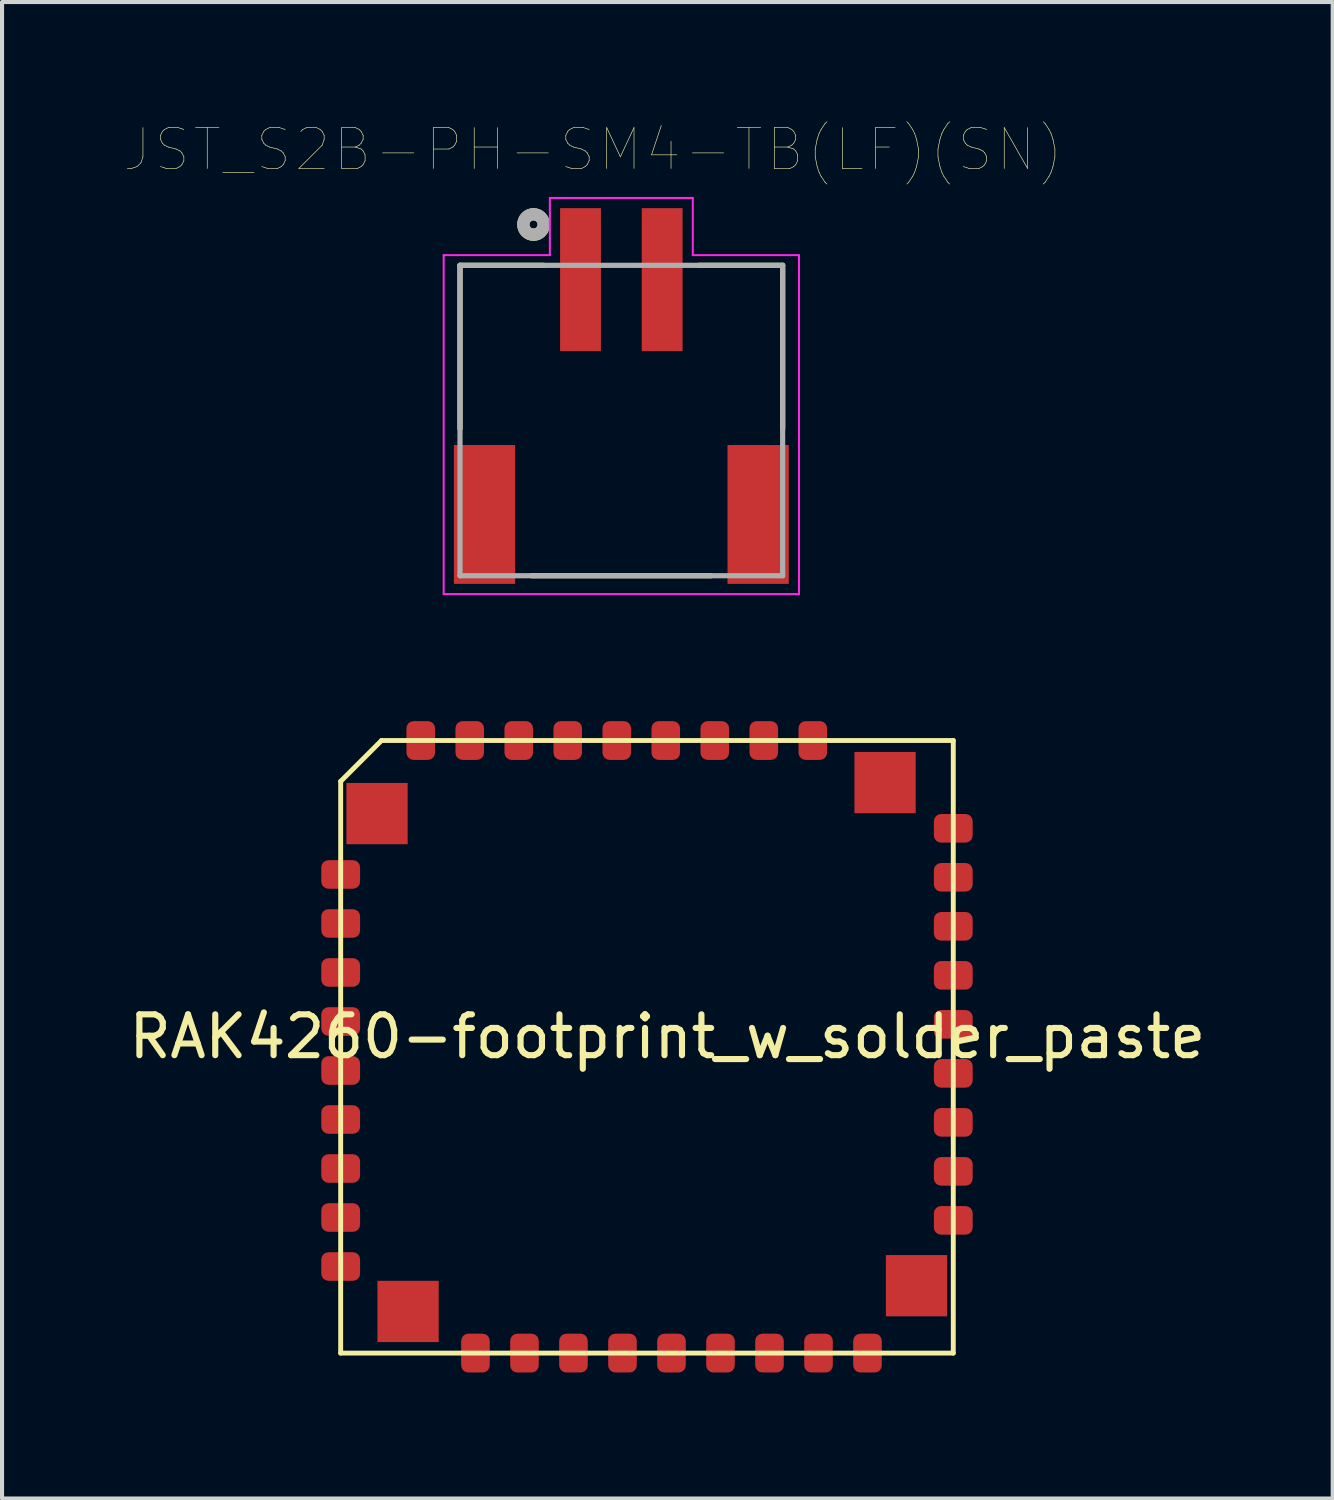
<source format=kicad_pcb>
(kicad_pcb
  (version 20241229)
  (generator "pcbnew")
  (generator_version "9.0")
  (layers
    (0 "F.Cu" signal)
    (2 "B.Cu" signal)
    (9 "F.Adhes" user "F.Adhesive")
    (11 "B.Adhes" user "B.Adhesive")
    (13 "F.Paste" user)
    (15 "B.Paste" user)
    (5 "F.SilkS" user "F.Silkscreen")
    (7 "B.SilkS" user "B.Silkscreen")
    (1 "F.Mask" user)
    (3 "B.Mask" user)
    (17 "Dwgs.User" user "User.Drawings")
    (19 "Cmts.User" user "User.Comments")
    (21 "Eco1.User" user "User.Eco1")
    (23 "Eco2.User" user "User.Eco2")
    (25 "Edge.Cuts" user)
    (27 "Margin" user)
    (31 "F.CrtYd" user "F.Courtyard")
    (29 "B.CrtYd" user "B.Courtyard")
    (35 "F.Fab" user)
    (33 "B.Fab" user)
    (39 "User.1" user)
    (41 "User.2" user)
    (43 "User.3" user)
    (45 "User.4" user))
  (footprint "JST_S2B-PH-SM4-TB(LF)(SN)"
    (layer "F.Cu")
    (at 12.164 3.797)
    (property "Reference" "JST_S2B-PH-SM4-TB(LF)(SN)" (at -0.692 -3.184 0) (layer "F.SilkS") (effects (font (size 1.002 1.002) (thickness 0.015))))
    (attr through_hole)
    (fp_line (start -3.95 -0.35) (end -3.95 3.65) (stroke (width 0.127) (type solid)) (layer "F.SilkS"))
    (fp_line (start -2.2 7.25) (end 2.2 7.25) (stroke (width 0.127) (type solid)) (layer "F.SilkS"))
    (fp_line (start -1.9 -0.35) (end -3.95 -0.35) (stroke (width 0.127) (type solid)) (layer "F.SilkS"))
    (fp_line (start 3.95 -0.35) (end 1.9 -0.35) (stroke (width 0.127) (type solid)) (layer "F.SilkS"))
    (fp_line (start 3.95 3.65) (end 3.95 -0.35) (stroke (width 0.127) (type solid)) (layer "F.SilkS"))
    (fp_circle (center -2.15 -1.35) (end -2.05 -1.35) (stroke (width 0.3) (type solid)) (fill no) (layer "F.SilkS"))
    (fp_line (start -4.35 -0.6) (end -1.75 -0.6) (stroke (width 0.05) (type solid)) (layer "F.CrtYd"))
    (fp_line (start -4.35 7.7) (end -4.35 -0.6) (stroke (width 0.05) (type solid)) (layer "F.CrtYd"))
    (fp_line (start -1.75 -2) (end 1.75 -2) (stroke (width 0.05) (type solid)) (layer "F.CrtYd"))
    (fp_line (start -1.75 -0.6) (end -1.75 -2) (stroke (width 0.05) (type solid)) (layer "F.CrtYd"))
    (fp_line (start 1.75 -2) (end 1.75 -0.6) (stroke (width 0.05) (type solid)) (layer "F.CrtYd"))
    (fp_line (start 1.75 -0.6) (end 4.35 -0.6) (stroke (width 0.05) (type solid)) (layer "F.CrtYd"))
    (fp_line (start 4.35 -0.6) (end 4.35 7.7) (stroke (width 0.05) (type solid)) (layer "F.CrtYd"))
    (fp_line (start 4.35 7.7) (end -4.35 7.7) (stroke (width 0.05) (type solid)) (layer "F.CrtYd"))
    (fp_line (start -3.95 -0.35) (end 3.95 -0.35) (stroke (width 0.127) (type solid)) (layer "F.Fab"))
    (fp_line (start -3.95 7.25) (end -3.95 -0.35) (stroke (width 0.127) (type solid)) (layer "F.Fab"))
    (fp_line (start 3.95 -0.35) (end 3.95 7.25) (stroke (width 0.127) (type solid)) (layer "F.Fab"))
    (fp_line (start 3.95 7.25) (end -3.95 7.25) (stroke (width 0.127) (type solid)) (layer "F.Fab"))
    (fp_circle (center -2.15 -1.35) (end -2.05 -1.35) (stroke (width 0.3) (type solid)) (fill no) (layer "F.Fab"))
    (pad "1" smd rect (at -1 0) (size 1 3.5) (layers "F.Cu" "F.Mask" "F.Paste"))
    (pad "2" smd rect (at 1 0) (size 1 3.5) (layers "F.Cu" "F.Mask" "F.Paste"))
    (pad "S1" smd rect (at -3.35 5.75) (size 1.5 3.4) (layers "F.Cu" "F.Mask" "F.Paste"))
    (pad "S2" smd rect (at 3.35 5.75) (size 1.5 3.4) (layers "F.Cu" "F.Mask" "F.Paste")))
  (footprint "RAK4260-footprint_w_solder_paste"
    (layer "F.Cu")
    (at 12.792 22.582)
    (property "Reference" "RAK4260-footprint_w_solder_paste" (at 0.5 -0.25 0) (layer "F.SilkS") (effects (font (size 1 1) (thickness 0.15))))
    (attr through_hole)
    (fp_line (start -7.5 7.5) (end -7.5 -6.5) (stroke (width 0.12) (type solid)) (layer "F.SilkS"))
    (fp_line (start -7.5 7.5) (end 7.5 7.5) (stroke (width 0.12) (type solid)) (layer "F.SilkS"))
    (fp_line (start -6.5 -7.5) (end -7.5 -6.5) (stroke (width 0.12) (type solid)) (layer "F.SilkS"))
    (fp_line (start 7.5 -7.5) (end -6.5 -7.5) (stroke (width 0.12) (type solid)) (layer "F.SilkS"))
    (fp_line (start 7.5 7.5) (end 7.5 -7.5) (stroke (width 0.12) (type solid)) (layer "F.SilkS"))
    (fp_line (start -8 0) (end 8 0) (stroke (width 0.12) (type solid)) (layer "Eco1.User"))
    (fp_line (start 0 8) (end 0 -8) (stroke (width 0.12) (type solid)) (layer "Eco1.User"))
    (pad "1" smd roundrect (at -7.5 -4.22) (size 0.95 0.7) (layers "F.Cu" "F.Mask" "F.Paste") (roundrect_rratio 0.25))
    (pad "2" smd roundrect (at -7.5 -3.02) (size 0.95 0.7) (layers "F.Cu" "F.Mask" "F.Paste") (roundrect_rratio 0.25))
    (pad "3" smd roundrect (at -7.5 -1.82) (size 0.95 0.7) (layers "F.Cu" "F.Mask" "F.Paste") (roundrect_rratio 0.25))
    (pad "4" smd roundrect (at -7.5 -0.62) (size 0.95 0.7) (layers "F.Cu" "F.Mask" "F.Paste") (roundrect_rratio 0.25))
    (pad "5" smd roundrect (at -7.5 0.58) (size 0.95 0.7) (layers "F.Cu" "F.Mask" "F.Paste") (roundrect_rratio 0.25))
    (pad "6" smd roundrect (at -7.5 1.78) (size 0.95 0.7) (layers "F.Cu" "F.Mask" "F.Paste") (roundrect_rratio 0.25))
    (pad "7" smd roundrect (at -7.5 2.98) (size 0.95 0.7) (layers "F.Cu" "F.Mask" "F.Paste") (roundrect_rratio 0.25))
    (pad "8" smd roundrect (at -7.5 4.18) (size 0.95 0.7) (layers "F.Cu" "F.Mask" "F.Paste") (roundrect_rratio 0.25))
    (pad "9" smd roundrect (at -7.5 5.38) (size 0.95 0.7) (layers "F.Cu" "F.Mask" "F.Paste") (roundrect_rratio 0.25))
    (pad "10" smd roundrect (at -4.2 7.5 90) (size 0.95 0.7) (layers "F.Cu" "F.Mask" "F.Paste") (roundrect_rratio 0.25))
    (pad "11" smd roundrect (at -3 7.5 90) (size 0.95 0.7) (layers "F.Cu" "F.Mask" "F.Paste") (roundrect_rratio 0.25))
    (pad "12" smd roundrect (at -1.8 7.5 90) (size 0.95 0.7) (layers "F.Cu" "F.Mask" "F.Paste") (roundrect_rratio 0.25))
    (pad "13" smd roundrect (at -0.6 7.5 90) (size 0.95 0.7) (layers "F.Cu" "F.Mask" "F.Paste") (roundrect_rratio 0.25))
    (pad "14" smd roundrect (at 0.6 7.5 90) (size 0.95 0.7) (layers "F.Cu" "F.Mask" "F.Paste") (roundrect_rratio 0.25))
    (pad "15" smd roundrect (at 1.8 7.5 90) (size 0.95 0.7) (layers "F.Cu" "F.Mask" "F.Paste") (roundrect_rratio 0.25))
    (pad "16" smd roundrect (at 3 7.5 90) (size 0.95 0.7) (layers "F.Cu" "F.Mask" "F.Paste") (roundrect_rratio 0.25))
    (pad "17" smd roundrect (at 4.2 7.5 90) (size 0.95 0.7) (layers "F.Cu" "F.Mask" "F.Paste") (roundrect_rratio 0.25))
    (pad "18" smd roundrect (at 5.4 7.5 90) (size 0.95 0.7) (layers "F.Cu" "F.Mask" "F.Paste") (roundrect_rratio 0.25))
    (pad "19" smd roundrect (at 7.5 4.25 180) (size 0.95 0.7) (layers "F.Cu" "F.Mask" "F.Paste") (roundrect_rratio 0.25))
    (pad "20" smd roundrect (at 7.5 3.05 180) (size 0.95 0.7) (layers "F.Cu" "F.Mask" "F.Paste") (roundrect_rratio 0.25))
    (pad "21" smd roundrect (at 7.5 1.85 180) (size 0.95 0.7) (layers "F.Cu" "F.Mask" "F.Paste") (roundrect_rratio 0.25))
    (pad "22" smd roundrect (at 7.5 0.65 180) (size 0.95 0.7) (layers "F.Cu" "F.Mask" "F.Paste") (roundrect_rratio 0.25))
    (pad "23" smd roundrect (at 7.5 -0.55 180) (size 0.95 0.7) (layers "F.Cu" "F.Mask" "F.Paste") (roundrect_rratio 0.25))
    (pad "24" smd roundrect (at 7.5 -1.75 180) (size 0.95 0.7) (layers "F.Cu" "F.Mask" "F.Paste") (roundrect_rratio 0.25))
    (pad "25" smd roundrect (at 7.5 -2.95 180) (size 0.95 0.7) (layers "F.Cu" "F.Mask" "F.Paste") (roundrect_rratio 0.25))
    (pad "26" smd roundrect (at 7.5 -4.15 180) (size 0.95 0.7) (layers "F.Cu" "F.Mask" "F.Paste") (roundrect_rratio 0.25))
    (pad "27" smd roundrect (at 7.5 -5.35 180) (size 0.95 0.7) (layers "F.Cu" "F.Mask" "F.Paste") (roundrect_rratio 0.25))
    (pad "28" smd roundrect (at 4.06 -7.5 90) (size 0.95 0.7) (layers "F.Cu" "F.Mask" "F.Paste") (roundrect_rratio 0.25))
    (pad "29" smd roundrect (at 2.86 -7.5 90) (size 0.95 0.7) (layers "F.Cu" "F.Mask" "F.Paste") (roundrect_rratio 0.25))
    (pad "30" smd roundrect (at 1.66 -7.5 90) (size 0.95 0.7) (layers "F.Cu" "F.Mask" "F.Paste") (roundrect_rratio 0.25))
    (pad "31" smd roundrect (at 0.46 -7.5 90) (size 0.95 0.7) (layers "F.Cu" "F.Mask" "F.Paste") (roundrect_rratio 0.25))
    (pad "32" smd roundrect (at -0.74 -7.5 90) (size 0.95 0.7) (layers "F.Cu" "F.Mask" "F.Paste") (roundrect_rratio 0.25))
    (pad "33" smd roundrect (at -1.94 -7.5 90) (size 0.95 0.7) (layers "F.Cu" "F.Mask" "F.Paste") (roundrect_rratio 0.25))
    (pad "34" smd roundrect (at -3.14 -7.5 90) (size 0.95 0.7) (layers "F.Cu" "F.Mask" "F.Paste") (roundrect_rratio 0.25))
    (pad "35" smd roundrect (at -4.34 -7.5 90) (size 0.95 0.7) (layers "F.Cu" "F.Mask" "F.Paste") (roundrect_rratio 0.25))
    (pad "36" smd roundrect (at -5.54 -7.5 90) (size 0.95 0.7) (layers "F.Cu" "F.Mask" "F.Paste") (roundrect_rratio 0.25))
    (pad "37" smd rect (at -6.61 -5.71) (size 1.5 1.5) (layers "F.Cu" "F.Mask" "F.Paste"))
    (pad "37" smd rect (at -5.85 6.48) (size 1.5 1.5) (layers "F.Cu" "F.Mask" "F.Paste"))
    (pad "37" smd rect (at 5.83 -6.47) (size 1.5 1.5) (layers "F.Cu" "F.Mask" "F.Paste"))
    (pad "37" smd rect (at 6.6 5.85) (size 1.5 1.5) (layers "F.Cu" "F.Mask" "F.Paste")))
  (gr_rect
    (start -3 -3)
    (end 29.583 33.642)
    (stroke (width 0.1) (type default))
    (fill no)
    (layer "Edge.Cuts")))
</source>
